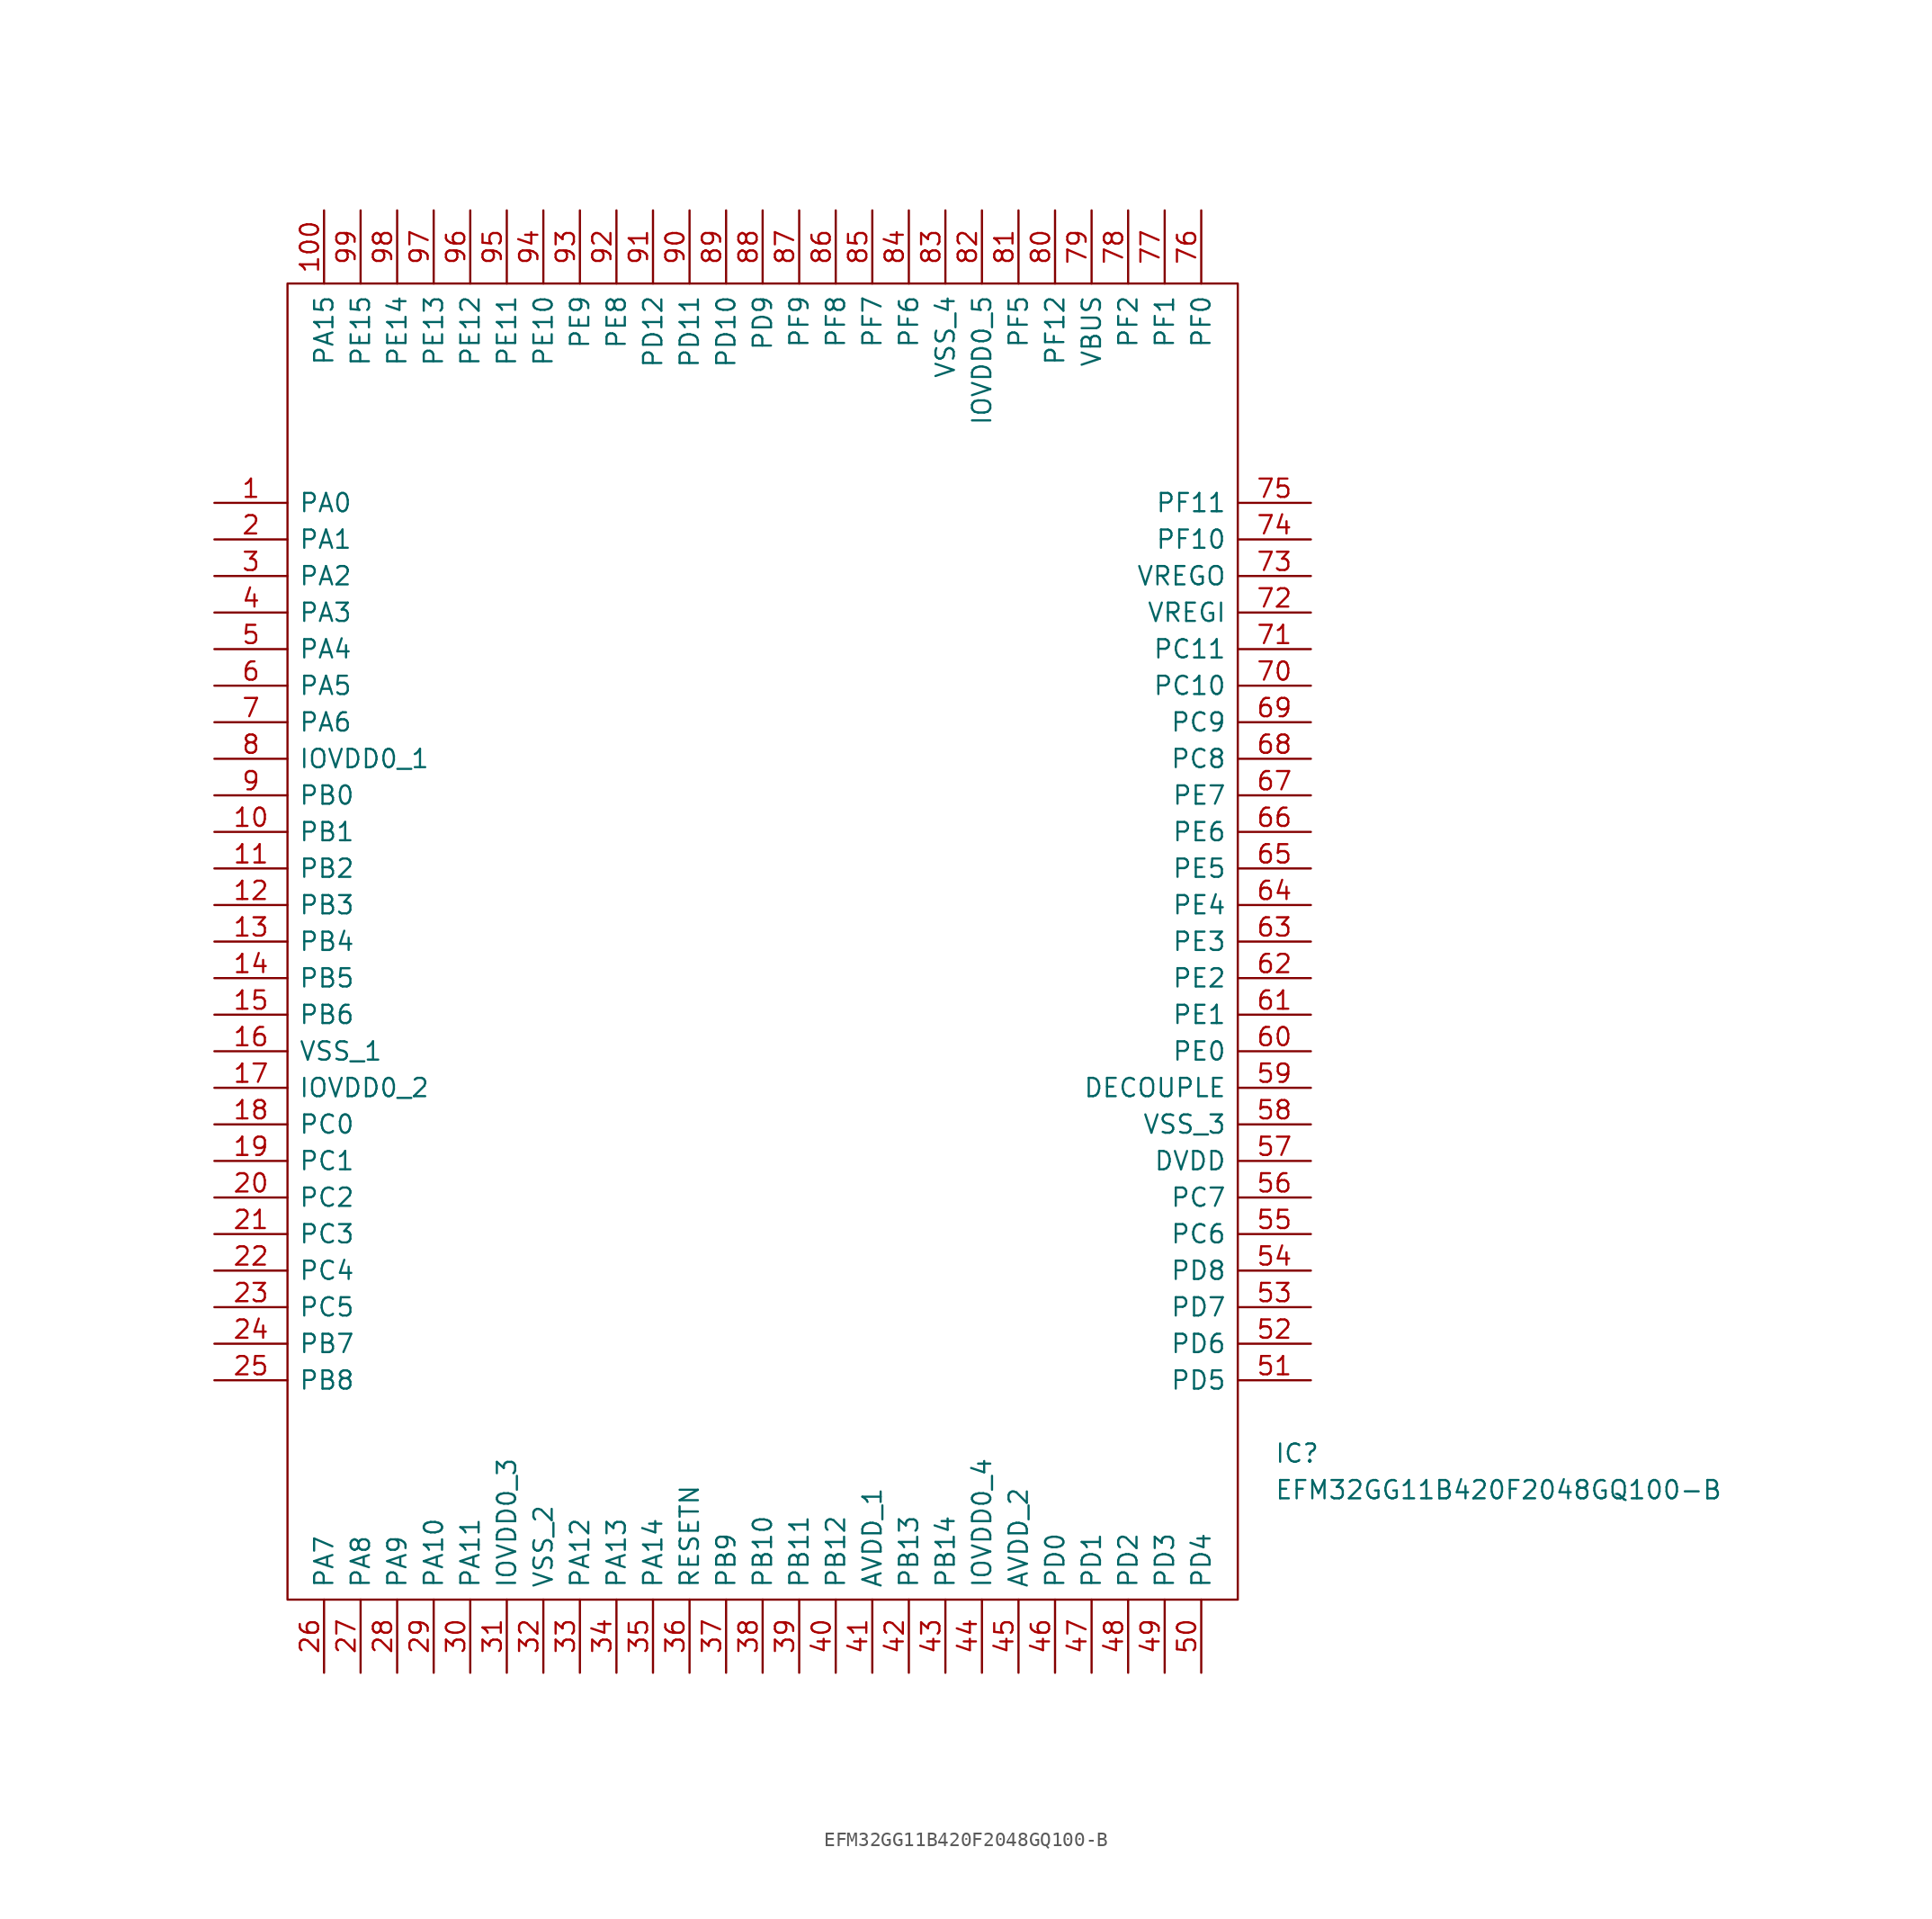
<source format=kicad_sym>
(kicad_symbol_lib
  (version 20220914)
  (generator kicad_symbol_editor)
  (symbol "EFM32GG11B420F2048GQ100-B"
    (pin_names
      (offset 0.762))
    (property "Reference" "IC"
      (at 73.66 -66.04 0)
      (effects (font (size 1.27 1.27)) (justify left)))
    (property "Value" "EFM32GG11B420F2048GQ100-B"
      (at 73.66 -68.58 0)
      (effects (font (size 1.27 1.27)) (justify left)))
    (symbol "EFM32GG11B420F2048GQ100-B_0_0"
      (pin passive line (at 0 0 0) (length 5.08) (name "PA0" (effects (font (size 1.27 1.27)))) (number "1" (effects (font (size 1.27 1.27)))))
      (pin passive line (at 0 -22.86 0) (length 5.08) (name "PB1" (effects (font (size 1.27 1.27)))) (number "10" (effects (font (size 1.27 1.27)))))
      (pin passive line (at 7.62 20.32 270) (length 5.08) (name "PA15" (effects (font (size 1.27 1.27)))) (number "100" (effects (font (size 1.27 1.27)))))
      (pin passive line (at 0 -25.4 0) (length 5.08) (name "PB2" (effects (font (size 1.27 1.27)))) (number "11" (effects (font (size 1.27 1.27)))))
      (pin passive line (at 0 -27.94 0) (length 5.08) (name "PB3" (effects (font (size 1.27 1.27)))) (number "12" (effects (font (size 1.27 1.27)))))
      (pin passive line (at 0 -30.48 0) (length 5.08) (name "PB4" (effects (font (size 1.27 1.27)))) (number "13" (effects (font (size 1.27 1.27)))))
      (pin passive line (at 0 -33.02 0) (length 5.08) (name "PB5" (effects (font (size 1.27 1.27)))) (number "14" (effects (font (size 1.27 1.27)))))
      (pin passive line (at 0 -35.56 0) (length 5.08) (name "PB6" (effects (font (size 1.27 1.27)))) (number "15" (effects (font (size 1.27 1.27)))))
      (pin passive line (at 0 -38.1 0) (length 5.08) (name "VSS_1" (effects (font (size 1.27 1.27)))) (number "16" (effects (font (size 1.27 1.27)))))
      (pin passive line (at 0 -40.64 0) (length 5.08) (name "IOVDD0_2" (effects (font (size 1.27 1.27)))) (number "17" (effects (font (size 1.27 1.27)))))
      (pin passive line (at 0 -43.18 0) (length 5.08) (name "PC0" (effects (font (size 1.27 1.27)))) (number "18" (effects (font (size 1.27 1.27)))))
      (pin passive line (at 0 -45.72 0) (length 5.08) (name "PC1" (effects (font (size 1.27 1.27)))) (number "19" (effects (font (size 1.27 1.27)))))
      (pin passive line (at 0 -2.54 0) (length 5.08) (name "PA1" (effects (font (size 1.27 1.27)))) (number "2" (effects (font (size 1.27 1.27)))))
      (pin passive line (at 0 -48.26 0) (length 5.08) (name "PC2" (effects (font (size 1.27 1.27)))) (number "20" (effects (font (size 1.27 1.27)))))
      (pin passive line (at 0 -50.8 0) (length 5.08) (name "PC3" (effects (font (size 1.27 1.27)))) (number "21" (effects (font (size 1.27 1.27)))))
      (pin passive line (at 0 -53.34 0) (length 5.08) (name "PC4" (effects (font (size 1.27 1.27)))) (number "22" (effects (font (size 1.27 1.27)))))
      (pin passive line (at 0 -55.88 0) (length 5.08) (name "PC5" (effects (font (size 1.27 1.27)))) (number "23" (effects (font (size 1.27 1.27)))))
      (pin passive line (at 0 -58.42 0) (length 5.08) (name "PB7" (effects (font (size 1.27 1.27)))) (number "24" (effects (font (size 1.27 1.27)))))
      (pin passive line (at 0 -60.96 0) (length 5.08) (name "PB8" (effects (font (size 1.27 1.27)))) (number "25" (effects (font (size 1.27 1.27)))))
      (pin passive line (at 7.62 -81.28 90) (length 5.08) (name "PA7" (effects (font (size 1.27 1.27)))) (number "26" (effects (font (size 1.27 1.27)))))
      (pin passive line (at 10.16 -81.28 90) (length 5.08) (name "PA8" (effects (font (size 1.27 1.27)))) (number "27" (effects (font (size 1.27 1.27)))))
      (pin passive line (at 12.7 -81.28 90) (length 5.08) (name "PA9" (effects (font (size 1.27 1.27)))) (number "28" (effects (font (size 1.27 1.27)))))
      (pin passive line (at 15.24 -81.28 90) (length 5.08) (name "PA10" (effects (font (size 1.27 1.27)))) (number "29" (effects (font (size 1.27 1.27)))))
      (pin passive line (at 0 -5.08 0) (length 5.08) (name "PA2" (effects (font (size 1.27 1.27)))) (number "3" (effects (font (size 1.27 1.27)))))
      (pin passive line (at 17.78 -81.28 90) (length 5.08) (name "PA11" (effects (font (size 1.27 1.27)))) (number "30" (effects (font (size 1.27 1.27)))))
      (pin passive line (at 20.32 -81.28 90) (length 5.08) (name "IOVDD0_3" (effects (font (size 1.27 1.27)))) (number "31" (effects (font (size 1.27 1.27)))))
      (pin passive line (at 22.86 -81.28 90) (length 5.08) (name "VSS_2" (effects (font (size 1.27 1.27)))) (number "32" (effects (font (size 1.27 1.27)))))
      (pin passive line (at 25.4 -81.28 90) (length 5.08) (name "PA12" (effects (font (size 1.27 1.27)))) (number "33" (effects (font (size 1.27 1.27)))))
      (pin passive line (at 27.94 -81.28 90) (length 5.08) (name "PA13" (effects (font (size 1.27 1.27)))) (number "34" (effects (font (size 1.27 1.27)))))
      (pin passive line (at 30.48 -81.28 90) (length 5.08) (name "PA14" (effects (font (size 1.27 1.27)))) (number "35" (effects (font (size 1.27 1.27)))))
      (pin passive line (at 33.02 -81.28 90) (length 5.08) (name "RESETN" (effects (font (size 1.27 1.27)))) (number "36" (effects (font (size 1.27 1.27)))))
      (pin passive line (at 35.56 -81.28 90) (length 5.08) (name "PB9" (effects (font (size 1.27 1.27)))) (number "37" (effects (font (size 1.27 1.27)))))
      (pin passive line (at 38.1 -81.28 90) (length 5.08) (name "PB10" (effects (font (size 1.27 1.27)))) (number "38" (effects (font (size 1.27 1.27)))))
      (pin passive line (at 40.64 -81.28 90) (length 5.08) (name "PB11" (effects (font (size 1.27 1.27)))) (number "39" (effects (font (size 1.27 1.27)))))
      (pin passive line (at 0 -7.62 0) (length 5.08) (name "PA3" (effects (font (size 1.27 1.27)))) (number "4" (effects (font (size 1.27 1.27)))))
      (pin passive line (at 43.18 -81.28 90) (length 5.08) (name "PB12" (effects (font (size 1.27 1.27)))) (number "40" (effects (font (size 1.27 1.27)))))
      (pin passive line (at 45.72 -81.28 90) (length 5.08) (name "AVDD_1" (effects (font (size 1.27 1.27)))) (number "41" (effects (font (size 1.27 1.27)))))
      (pin passive line (at 48.26 -81.28 90) (length 5.08) (name "PB13" (effects (font (size 1.27 1.27)))) (number "42" (effects (font (size 1.27 1.27)))))
      (pin passive line (at 50.8 -81.28 90) (length 5.08) (name "PB14" (effects (font (size 1.27 1.27)))) (number "43" (effects (font (size 1.27 1.27)))))
      (pin passive line (at 53.34 -81.28 90) (length 5.08) (name "IOVDD0_4" (effects (font (size 1.27 1.27)))) (number "44" (effects (font (size 1.27 1.27)))))
      (pin passive line (at 55.88 -81.28 90) (length 5.08) (name "AVDD_2" (effects (font (size 1.27 1.27)))) (number "45" (effects (font (size 1.27 1.27)))))
      (pin passive line (at 58.42 -81.28 90) (length 5.08) (name "PD0" (effects (font (size 1.27 1.27)))) (number "46" (effects (font (size 1.27 1.27)))))
      (pin passive line (at 60.96 -81.28 90) (length 5.08) (name "PD1" (effects (font (size 1.27 1.27)))) (number "47" (effects (font (size 1.27 1.27)))))
      (pin passive line (at 63.5 -81.28 90) (length 5.08) (name "PD2" (effects (font (size 1.27 1.27)))) (number "48" (effects (font (size 1.27 1.27)))))
      (pin passive line (at 66.04 -81.28 90) (length 5.08) (name "PD3" (effects (font (size 1.27 1.27)))) (number "49" (effects (font (size 1.27 1.27)))))
      (pin passive line (at 0 -10.16 0) (length 5.08) (name "PA4" (effects (font (size 1.27 1.27)))) (number "5" (effects (font (size 1.27 1.27)))))
      (pin passive line (at 68.58 -81.28 90) (length 5.08) (name "PD4" (effects (font (size 1.27 1.27)))) (number "50" (effects (font (size 1.27 1.27)))))
      (pin passive line (at 76.2 -60.96 180) (length 5.08) (name "PD5" (effects (font (size 1.27 1.27)))) (number "51" (effects (font (size 1.27 1.27)))))
      (pin passive line (at 76.2 -58.42 180) (length 5.08) (name "PD6" (effects (font (size 1.27 1.27)))) (number "52" (effects (font (size 1.27 1.27)))))
      (pin passive line (at 76.2 -55.88 180) (length 5.08) (name "PD7" (effects (font (size 1.27 1.27)))) (number "53" (effects (font (size 1.27 1.27)))))
      (pin passive line (at 76.2 -53.34 180) (length 5.08) (name "PD8" (effects (font (size 1.27 1.27)))) (number "54" (effects (font (size 1.27 1.27)))))
      (pin passive line (at 76.2 -50.8 180) (length 5.08) (name "PC6" (effects (font (size 1.27 1.27)))) (number "55" (effects (font (size 1.27 1.27)))))
      (pin passive line (at 76.2 -48.26 180) (length 5.08) (name "PC7" (effects (font (size 1.27 1.27)))) (number "56" (effects (font (size 1.27 1.27)))))
      (pin passive line (at 76.2 -45.72 180) (length 5.08) (name "DVDD" (effects (font (size 1.27 1.27)))) (number "57" (effects (font (size 1.27 1.27)))))
      (pin passive line (at 76.2 -43.18 180) (length 5.08) (name "VSS_3" (effects (font (size 1.27 1.27)))) (number "58" (effects (font (size 1.27 1.27)))))
      (pin passive line (at 76.2 -40.64 180) (length 5.08) (name "DECOUPLE" (effects (font (size 1.27 1.27)))) (number "59" (effects (font (size 1.27 1.27)))))
      (pin passive line (at 0 -12.7 0) (length 5.08) (name "PA5" (effects (font (size 1.27 1.27)))) (number "6" (effects (font (size 1.27 1.27)))))
      (pin passive line (at 76.2 -38.1 180) (length 5.08) (name "PE0" (effects (font (size 1.27 1.27)))) (number "60" (effects (font (size 1.27 1.27)))))
      (pin passive line (at 76.2 -35.56 180) (length 5.08) (name "PE1" (effects (font (size 1.27 1.27)))) (number "61" (effects (font (size 1.27 1.27)))))
      (pin passive line (at 76.2 -33.02 180) (length 5.08) (name "PE2" (effects (font (size 1.27 1.27)))) (number "62" (effects (font (size 1.27 1.27)))))
      (pin passive line (at 76.2 -30.48 180) (length 5.08) (name "PE3" (effects (font (size 1.27 1.27)))) (number "63" (effects (font (size 1.27 1.27)))))
      (pin passive line (at 76.2 -27.94 180) (length 5.08) (name "PE4" (effects (font (size 1.27 1.27)))) (number "64" (effects (font (size 1.27 1.27)))))
      (pin passive line (at 76.2 -25.4 180) (length 5.08) (name "PE5" (effects (font (size 1.27 1.27)))) (number "65" (effects (font (size 1.27 1.27)))))
      (pin passive line (at 76.2 -22.86 180) (length 5.08) (name "PE6" (effects (font (size 1.27 1.27)))) (number "66" (effects (font (size 1.27 1.27)))))
      (pin passive line (at 76.2 -20.32 180) (length 5.08) (name "PE7" (effects (font (size 1.27 1.27)))) (number "67" (effects (font (size 1.27 1.27)))))
      (pin passive line (at 76.2 -17.78 180) (length 5.08) (name "PC8" (effects (font (size 1.27 1.27)))) (number "68" (effects (font (size 1.27 1.27)))))
      (pin passive line (at 76.2 -15.24 180) (length 5.08) (name "PC9" (effects (font (size 1.27 1.27)))) (number "69" (effects (font (size 1.27 1.27)))))
      (pin passive line (at 0 -15.24 0) (length 5.08) (name "PA6" (effects (font (size 1.27 1.27)))) (number "7" (effects (font (size 1.27 1.27)))))
      (pin passive line (at 76.2 -12.7 180) (length 5.08) (name "PC10" (effects (font (size 1.27 1.27)))) (number "70" (effects (font (size 1.27 1.27)))))
      (pin passive line (at 76.2 -10.16 180) (length 5.08) (name "PC11" (effects (font (size 1.27 1.27)))) (number "71" (effects (font (size 1.27 1.27)))))
      (pin passive line (at 76.2 -7.62 180) (length 5.08) (name "VREGI" (effects (font (size 1.27 1.27)))) (number "72" (effects (font (size 1.27 1.27)))))
      (pin passive line (at 76.2 -5.08 180) (length 5.08) (name "VREGO" (effects (font (size 1.27 1.27)))) (number "73" (effects (font (size 1.27 1.27)))))
      (pin passive line (at 76.2 -2.54 180) (length 5.08) (name "PF10" (effects (font (size 1.27 1.27)))) (number "74" (effects (font (size 1.27 1.27)))))
      (pin passive line (at 76.2 0 180) (length 5.08) (name "PF11" (effects (font (size 1.27 1.27)))) (number "75" (effects (font (size 1.27 1.27)))))
      (pin passive line (at 68.58 20.32 270) (length 5.08) (name "PF0" (effects (font (size 1.27 1.27)))) (number "76" (effects (font (size 1.27 1.27)))))
      (pin passive line (at 66.04 20.32 270) (length 5.08) (name "PF1" (effects (font (size 1.27 1.27)))) (number "77" (effects (font (size 1.27 1.27)))))
      (pin passive line (at 63.5 20.32 270) (length 5.08) (name "PF2" (effects (font (size 1.27 1.27)))) (number "78" (effects (font (size 1.27 1.27)))))
      (pin passive line (at 60.96 20.32 270) (length 5.08) (name "VBUS" (effects (font (size 1.27 1.27)))) (number "79" (effects (font (size 1.27 1.27)))))
      (pin passive line (at 0 -17.78 0) (length 5.08) (name "IOVDD0_1" (effects (font (size 1.27 1.27)))) (number "8" (effects (font (size 1.27 1.27)))))
      (pin passive line (at 58.42 20.32 270) (length 5.08) (name "PF12" (effects (font (size 1.27 1.27)))) (number "80" (effects (font (size 1.27 1.27)))))
      (pin passive line (at 55.88 20.32 270) (length 5.08) (name "PF5" (effects (font (size 1.27 1.27)))) (number "81" (effects (font (size 1.27 1.27)))))
      (pin passive line (at 53.34 20.32 270) (length 5.08) (name "IOVDD0_5" (effects (font (size 1.27 1.27)))) (number "82" (effects (font (size 1.27 1.27)))))
      (pin passive line (at 50.8 20.32 270) (length 5.08) (name "VSS_4" (effects (font (size 1.27 1.27)))) (number "83" (effects (font (size 1.27 1.27)))))
      (pin passive line (at 48.26 20.32 270) (length 5.08) (name "PF6" (effects (font (size 1.27 1.27)))) (number "84" (effects (font (size 1.27 1.27)))))
      (pin passive line (at 45.72 20.32 270) (length 5.08) (name "PF7" (effects (font (size 1.27 1.27)))) (number "85" (effects (font (size 1.27 1.27)))))
      (pin passive line (at 43.18 20.32 270) (length 5.08) (name "PF8" (effects (font (size 1.27 1.27)))) (number "86" (effects (font (size 1.27 1.27)))))
      (pin passive line (at 40.64 20.32 270) (length 5.08) (name "PF9" (effects (font (size 1.27 1.27)))) (number "87" (effects (font (size 1.27 1.27)))))
      (pin passive line (at 38.1 20.32 270) (length 5.08) (name "PD9" (effects (font (size 1.27 1.27)))) (number "88" (effects (font (size 1.27 1.27)))))
      (pin passive line (at 35.56 20.32 270) (length 5.08) (name "PD10" (effects (font (size 1.27 1.27)))) (number "89" (effects (font (size 1.27 1.27)))))
      (pin passive line (at 0 -20.32 0) (length 5.08) (name "PB0" (effects (font (size 1.27 1.27)))) (number "9" (effects (font (size 1.27 1.27)))))
      (pin passive line (at 33.02 20.32 270) (length 5.08) (name "PD11" (effects (font (size 1.27 1.27)))) (number "90" (effects (font (size 1.27 1.27)))))
      (pin passive line (at 30.48 20.32 270) (length 5.08) (name "PD12" (effects (font (size 1.27 1.27)))) (number "91" (effects (font (size 1.27 1.27)))))
      (pin passive line (at 27.94 20.32 270) (length 5.08) (name "PE8" (effects (font (size 1.27 1.27)))) (number "92" (effects (font (size 1.27 1.27)))))
      (pin passive line (at 25.4 20.32 270) (length 5.08) (name "PE9" (effects (font (size 1.27 1.27)))) (number "93" (effects (font (size 1.27 1.27)))))
      (pin passive line (at 22.86 20.32 270) (length 5.08) (name "PE10" (effects (font (size 1.27 1.27)))) (number "94" (effects (font (size 1.27 1.27)))))
      (pin passive line (at 20.32 20.32 270) (length 5.08) (name "PE11" (effects (font (size 1.27 1.27)))) (number "95" (effects (font (size 1.27 1.27)))))
      (pin passive line (at 17.78 20.32 270) (length 5.08) (name "PE12" (effects (font (size 1.27 1.27)))) (number "96" (effects (font (size 1.27 1.27)))))
      (pin passive line (at 15.24 20.32 270) (length 5.08) (name "PE13" (effects (font (size 1.27 1.27)))) (number "97" (effects (font (size 1.27 1.27)))))
      (pin passive line (at 12.7 20.32 270) (length 5.08) (name "PE14" (effects (font (size 1.27 1.27)))) (number "98" (effects (font (size 1.27 1.27)))))
      (pin passive line (at 10.16 20.32 270) (length 5.08) (name "PE15" (effects (font (size 1.27 1.27)))) (number "99" (effects (font (size 1.27 1.27))))))
    (symbol "EFM32GG11B420F2048GQ100-B_0_1"
      (polyline (pts (xy 5.08 15.24) (xy 71.12 15.24) (xy 71.12 -76.2) (xy 5.08 -76.2) (xy 5.08 15.24)) (stroke (width 0.152) (type solid)) (fill (type none))))))
</source>
